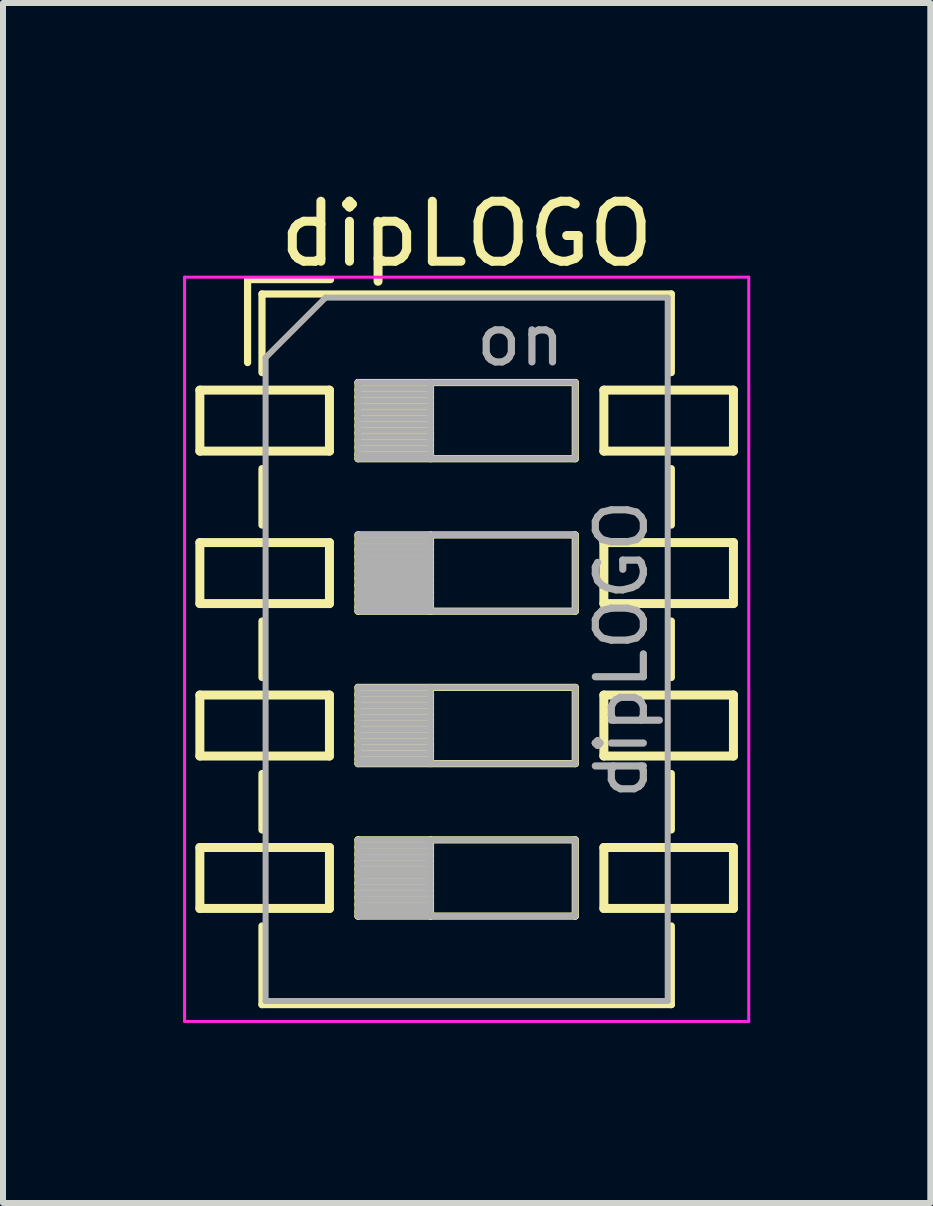
<source format=kicad_pcb>
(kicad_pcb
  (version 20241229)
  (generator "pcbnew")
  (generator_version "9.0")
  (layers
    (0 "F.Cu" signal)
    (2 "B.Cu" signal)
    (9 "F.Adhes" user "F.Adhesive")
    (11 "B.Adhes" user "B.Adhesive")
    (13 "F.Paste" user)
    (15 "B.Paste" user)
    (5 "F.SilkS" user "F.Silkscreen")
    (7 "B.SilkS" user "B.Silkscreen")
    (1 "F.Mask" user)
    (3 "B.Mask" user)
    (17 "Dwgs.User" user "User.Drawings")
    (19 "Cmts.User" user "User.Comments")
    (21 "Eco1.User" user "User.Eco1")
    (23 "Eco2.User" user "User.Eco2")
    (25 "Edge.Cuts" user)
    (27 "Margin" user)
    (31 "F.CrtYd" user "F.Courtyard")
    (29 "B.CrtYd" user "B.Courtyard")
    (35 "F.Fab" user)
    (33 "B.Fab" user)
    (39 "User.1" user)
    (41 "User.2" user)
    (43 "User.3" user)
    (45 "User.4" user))
  (footprint "dipLOGO"
    (layer "F.Cu")
    (at 4.725 7.768)
    (property "Reference" "dipLOGO" (at 0 -6.92 0) (layer "F.SilkS") (effects (font (size 1 1) (thickness 0.15))))
    (attr smd)
    (fp_line (start -4.445 -4.318) (end -2.286 -4.318) (stroke (width 0.15) (type solid)) (layer "F.SilkS"))
    (fp_line (start -4.445 -3.302) (end -4.445 -4.318) (stroke (width 0.15) (type solid)) (layer "F.SilkS"))
    (fp_line (start -4.445 -1.778) (end -2.286 -1.778) (stroke (width 0.15) (type solid)) (layer "F.SilkS"))
    (fp_line (start -4.445 -0.762) (end -4.445 -1.778) (stroke (width 0.15) (type solid)) (layer "F.SilkS"))
    (fp_line (start -4.445 0.762) (end -2.286 0.762) (stroke (width 0.15) (type solid)) (layer "F.SilkS"))
    (fp_line (start -4.445 1.778) (end -4.445 0.762) (stroke (width 0.15) (type solid)) (layer "F.SilkS"))
    (fp_line (start -4.445 3.302) (end -2.286 3.302) (stroke (width 0.15) (type solid)) (layer "F.SilkS"))
    (fp_line (start -4.445 4.318) (end -4.445 3.302) (stroke (width 0.15) (type solid)) (layer "F.SilkS"))
    (fp_line (start -3.65 -6.16) (end -3.65 -4.777) (stroke (width 0.12) (type solid)) (layer "F.SilkS"))
    (fp_line (start -3.65 -6.16) (end -2.267 -6.16) (stroke (width 0.12) (type solid)) (layer "F.SilkS"))
    (fp_line (start -3.41 -5.92) (end -3.41 -4.61) (stroke (width 0.12) (type solid)) (layer "F.SilkS"))
    (fp_line (start -3.41 -5.92) (end 3.41 -5.92) (stroke (width 0.12) (type solid)) (layer "F.SilkS"))
    (fp_line (start -3.41 -3.01) (end -3.41 -2.07) (stroke (width 0.12) (type solid)) (layer "F.SilkS"))
    (fp_line (start -3.41 -0.47) (end -3.41 0.47) (stroke (width 0.12) (type solid)) (layer "F.SilkS"))
    (fp_line (start -3.41 2.07) (end -3.41 3.01) (stroke (width 0.12) (type solid)) (layer "F.SilkS"))
    (fp_line (start -3.41 4.61) (end -3.41 5.92) (stroke (width 0.12) (type solid)) (layer "F.SilkS"))
    (fp_line (start -3.41 5.92) (end 3.41 5.92) (stroke (width 0.12) (type solid)) (layer "F.SilkS"))
    (fp_line (start -2.286 -4.318) (end -2.286 -3.302) (stroke (width 0.15) (type solid)) (layer "F.SilkS"))
    (fp_line (start -2.286 -3.302) (end -4.445 -3.302) (stroke (width 0.15) (type solid)) (layer "F.SilkS"))
    (fp_line (start -2.286 -1.778) (end -2.286 -0.762) (stroke (width 0.15) (type solid)) (layer "F.SilkS"))
    (fp_line (start -2.286 -0.762) (end -4.445 -0.762) (stroke (width 0.15) (type solid)) (layer "F.SilkS"))
    (fp_line (start -2.286 0.762) (end -2.286 1.778) (stroke (width 0.15) (type solid)) (layer "F.SilkS"))
    (fp_line (start -2.286 1.778) (end -4.445 1.778) (stroke (width 0.15) (type solid)) (layer "F.SilkS"))
    (fp_line (start -2.286 3.302) (end -2.286 4.318) (stroke (width 0.15) (type solid)) (layer "F.SilkS"))
    (fp_line (start -2.286 4.318) (end -4.445 4.318) (stroke (width 0.15) (type solid)) (layer "F.SilkS"))
    (fp_line (start -1.81 -4.445) (end -1.81 -3.175) (stroke (width 0.12) (type solid)) (layer "F.SilkS"))
    (fp_line (start -1.81 -4.325) (end -0.603 -4.325) (stroke (width 0.12) (type solid)) (layer "F.SilkS"))
    (fp_line (start -1.81 -4.205) (end -0.603 -4.205) (stroke (width 0.12) (type solid)) (layer "F.SilkS"))
    (fp_line (start -1.81 -4.085) (end -0.603 -4.085) (stroke (width 0.12) (type solid)) (layer "F.SilkS"))
    (fp_line (start -1.81 -3.965) (end -0.603 -3.965) (stroke (width 0.12) (type solid)) (layer "F.SilkS"))
    (fp_line (start -1.81 -3.845) (end -0.603 -3.845) (stroke (width 0.12) (type solid)) (layer "F.SilkS"))
    (fp_line (start -1.81 -3.725) (end -0.603 -3.725) (stroke (width 0.12) (type solid)) (layer "F.SilkS"))
    (fp_line (start -1.81 -3.605) (end -0.603 -3.605) (stroke (width 0.12) (type solid)) (layer "F.SilkS"))
    (fp_line (start -1.81 -3.485) (end -0.603 -3.485) (stroke (width 0.12) (type solid)) (layer "F.SilkS"))
    (fp_line (start -1.81 -3.365) (end -0.603 -3.365) (stroke (width 0.12) (type solid)) (layer "F.SilkS"))
    (fp_line (start -1.81 -3.245) (end -0.603 -3.245) (stroke (width 0.12) (type solid)) (layer "F.SilkS"))
    (fp_line (start -1.81 -3.175) (end 1.81 -3.175) (stroke (width 0.12) (type solid)) (layer "F.SilkS"))
    (fp_line (start -1.81 -1.905) (end -1.81 -0.635) (stroke (width 0.12) (type solid)) (layer "F.SilkS"))
    (fp_line (start -1.81 -1.785) (end -0.603 -1.785) (stroke (width 0.12) (type solid)) (layer "F.SilkS"))
    (fp_line (start -1.81 -1.665) (end -0.603 -1.665) (stroke (width 0.12) (type solid)) (layer "F.SilkS"))
    (fp_line (start -1.81 -1.545) (end -0.603 -1.545) (stroke (width 0.12) (type solid)) (layer "F.SilkS"))
    (fp_line (start -1.81 -1.425) (end -0.603 -1.425) (stroke (width 0.12) (type solid)) (layer "F.SilkS"))
    (fp_line (start -1.81 -1.305) (end -0.603 -1.305) (stroke (width 0.12) (type solid)) (layer "F.SilkS"))
    (fp_line (start -1.81 -1.185) (end -0.603 -1.185) (stroke (width 0.12) (type solid)) (layer "F.SilkS"))
    (fp_line (start -1.81 -1.065) (end -0.603 -1.065) (stroke (width 0.12) (type solid)) (layer "F.SilkS"))
    (fp_line (start -1.81 -0.945) (end -0.603 -0.945) (stroke (width 0.12) (type solid)) (layer "F.SilkS"))
    (fp_line (start -1.81 -0.825) (end -0.603 -0.825) (stroke (width 0.12) (type solid)) (layer "F.SilkS"))
    (fp_line (start -1.81 -0.705) (end -0.603 -0.705) (stroke (width 0.12) (type solid)) (layer "F.SilkS"))
    (fp_line (start -1.81 -0.635) (end 1.81 -0.635) (stroke (width 0.12) (type solid)) (layer "F.SilkS"))
    (fp_line (start -1.81 0.635) (end -1.81 1.905) (stroke (width 0.12) (type solid)) (layer "F.SilkS"))
    (fp_line (start -1.81 0.755) (end -0.603 0.755) (stroke (width 0.12) (type solid)) (layer "F.SilkS"))
    (fp_line (start -1.81 0.875) (end -0.603 0.875) (stroke (width 0.12) (type solid)) (layer "F.SilkS"))
    (fp_line (start -1.81 0.995) (end -0.603 0.995) (stroke (width 0.12) (type solid)) (layer "F.SilkS"))
    (fp_line (start -1.81 1.115) (end -0.603 1.115) (stroke (width 0.12) (type solid)) (layer "F.SilkS"))
    (fp_line (start -1.81 1.235) (end -0.603 1.235) (stroke (width 0.12) (type solid)) (layer "F.SilkS"))
    (fp_line (start -1.81 1.355) (end -0.603 1.355) (stroke (width 0.12) (type solid)) (layer "F.SilkS"))
    (fp_line (start -1.81 1.475) (end -0.603 1.475) (stroke (width 0.12) (type solid)) (layer "F.SilkS"))
    (fp_line (start -1.81 1.595) (end -0.603 1.595) (stroke (width 0.12) (type solid)) (layer "F.SilkS"))
    (fp_line (start -1.81 1.715) (end -0.603 1.715) (stroke (width 0.12) (type solid)) (layer "F.SilkS"))
    (fp_line (start -1.81 1.835) (end -0.603 1.835) (stroke (width 0.12) (type solid)) (layer "F.SilkS"))
    (fp_line (start -1.81 1.905) (end 1.81 1.905) (stroke (width 0.12) (type solid)) (layer "F.SilkS"))
    (fp_line (start -1.81 3.175) (end -1.81 4.445) (stroke (width 0.12) (type solid)) (layer "F.SilkS"))
    (fp_line (start -1.81 3.295) (end -0.603 3.295) (stroke (width 0.12) (type solid)) (layer "F.SilkS"))
    (fp_line (start -1.81 3.415) (end -0.603 3.415) (stroke (width 0.12) (type solid)) (layer "F.SilkS"))
    (fp_line (start -1.81 3.535) (end -0.603 3.535) (stroke (width 0.12) (type solid)) (layer "F.SilkS"))
    (fp_line (start -1.81 3.655) (end -0.603 3.655) (stroke (width 0.12) (type solid)) (layer "F.SilkS"))
    (fp_line (start -1.81 3.775) (end -0.603 3.775) (stroke (width 0.12) (type solid)) (layer "F.SilkS"))
    (fp_line (start -1.81 3.895) (end -0.603 3.895) (stroke (width 0.12) (type solid)) (layer "F.SilkS"))
    (fp_line (start -1.81 4.015) (end -0.603 4.015) (stroke (width 0.12) (type solid)) (layer "F.SilkS"))
    (fp_line (start -1.81 4.135) (end -0.603 4.135) (stroke (width 0.12) (type solid)) (layer "F.SilkS"))
    (fp_line (start -1.81 4.255) (end -0.603 4.255) (stroke (width 0.12) (type solid)) (layer "F.SilkS"))
    (fp_line (start -1.81 4.375) (end -0.603 4.375) (stroke (width 0.12) (type solid)) (layer "F.SilkS"))
    (fp_line (start -1.81 4.445) (end 1.81 4.445) (stroke (width 0.12) (type solid)) (layer "F.SilkS"))
    (fp_line (start -0.603 -4.445) (end -0.603 -3.175) (stroke (width 0.12) (type solid)) (layer "F.SilkS"))
    (fp_line (start -0.603 -1.905) (end -0.603 -0.635) (stroke (width 0.12) (type solid)) (layer "F.SilkS"))
    (fp_line (start -0.603 0.635) (end -0.603 1.905) (stroke (width 0.12) (type solid)) (layer "F.SilkS"))
    (fp_line (start -0.603 3.175) (end -0.603 4.445) (stroke (width 0.12) (type solid)) (layer "F.SilkS"))
    (fp_line (start 1.81 -4.445) (end -1.81 -4.445) (stroke (width 0.12) (type solid)) (layer "F.SilkS"))
    (fp_line (start 1.81 -3.175) (end 1.81 -4.445) (stroke (width 0.12) (type solid)) (layer "F.SilkS"))
    (fp_line (start 1.81 -1.905) (end -1.81 -1.905) (stroke (width 0.12) (type solid)) (layer "F.SilkS"))
    (fp_line (start 1.81 -0.635) (end 1.81 -1.905) (stroke (width 0.12) (type solid)) (layer "F.SilkS"))
    (fp_line (start 1.81 0.635) (end -1.81 0.635) (stroke (width 0.12) (type solid)) (layer "F.SilkS"))
    (fp_line (start 1.81 1.905) (end 1.81 0.635) (stroke (width 0.12) (type solid)) (layer "F.SilkS"))
    (fp_line (start 1.81 3.175) (end -1.81 3.175) (stroke (width 0.12) (type solid)) (layer "F.SilkS"))
    (fp_line (start 1.81 4.445) (end 1.81 3.175) (stroke (width 0.12) (type solid)) (layer "F.SilkS"))
    (fp_line (start 2.286 -4.318) (end 4.445 -4.318) (stroke (width 0.15) (type solid)) (layer "F.SilkS"))
    (fp_line (start 2.286 -3.302) (end 2.286 -4.318) (stroke (width 0.15) (type solid)) (layer "F.SilkS"))
    (fp_line (start 2.286 -1.778) (end 4.445 -1.778) (stroke (width 0.15) (type solid)) (layer "F.SilkS"))
    (fp_line (start 2.286 -0.762) (end 2.286 -1.778) (stroke (width 0.15) (type solid)) (layer "F.SilkS"))
    (fp_line (start 2.286 0.762) (end 4.445 0.762) (stroke (width 0.15) (type solid)) (layer "F.SilkS"))
    (fp_line (start 2.286 1.778) (end 2.286 0.762) (stroke (width 0.15) (type solid)) (layer "F.SilkS"))
    (fp_line (start 2.286 3.302) (end 4.445 3.302) (stroke (width 0.15) (type solid)) (layer "F.SilkS"))
    (fp_line (start 2.286 4.318) (end 2.286 3.302) (stroke (width 0.15) (type solid)) (layer "F.SilkS"))
    (fp_line (start 3.41 -5.92) (end 3.41 -4.61) (stroke (width 0.12) (type solid)) (layer "F.SilkS"))
    (fp_line (start 3.41 -3.01) (end 3.41 -2.07) (stroke (width 0.12) (type solid)) (layer "F.SilkS"))
    (fp_line (start 3.41 -0.47) (end 3.41 0.47) (stroke (width 0.12) (type solid)) (layer "F.SilkS"))
    (fp_line (start 3.41 2.07) (end 3.41 3.01) (stroke (width 0.12) (type solid)) (layer "F.SilkS"))
    (fp_line (start 3.41 4.61) (end 3.41 5.92) (stroke (width 0.12) (type solid)) (layer "F.SilkS"))
    (fp_line (start 4.445 -4.318) (end 4.445 -3.302) (stroke (width 0.15) (type solid)) (layer "F.SilkS"))
    (fp_line (start 4.445 -3.302) (end 2.286 -3.302) (stroke (width 0.15) (type solid)) (layer "F.SilkS"))
    (fp_line (start 4.445 -1.778) (end 4.445 -0.762) (stroke (width 0.15) (type solid)) (layer "F.SilkS"))
    (fp_line (start 4.445 -0.762) (end 2.286 -0.762) (stroke (width 0.15) (type solid)) (layer "F.SilkS"))
    (fp_line (start 4.445 0.762) (end 4.445 1.778) (stroke (width 0.15) (type solid)) (layer "F.SilkS"))
    (fp_line (start 4.445 1.778) (end 2.286 1.778) (stroke (width 0.15) (type solid)) (layer "F.SilkS"))
    (fp_line (start 4.445 3.302) (end 4.445 4.318) (stroke (width 0.15) (type solid)) (layer "F.SilkS"))
    (fp_line (start 4.445 4.318) (end 2.286 4.318) (stroke (width 0.15) (type solid)) (layer "F.SilkS"))
    (fp_line (start -4.7 -6.2) (end -4.7 6.2) (stroke (width 0.05) (type solid)) (layer "F.CrtYd"))
    (fp_line (start -4.7 6.2) (end 4.7 6.2) (stroke (width 0.05) (type solid)) (layer "F.CrtYd"))
    (fp_line (start 4.7 -6.2) (end -4.7 -6.2) (stroke (width 0.05) (type solid)) (layer "F.CrtYd"))
    (fp_line (start 4.7 6.2) (end 4.7 -6.2) (stroke (width 0.05) (type solid)) (layer "F.CrtYd"))
    (fp_line (start -3.35 -4.86) (end -2.35 -5.86) (stroke (width 0.1) (type solid)) (layer "F.Fab"))
    (fp_line (start -3.35 5.86) (end -3.35 -4.86) (stroke (width 0.1) (type solid)) (layer "F.Fab"))
    (fp_line (start -2.35 -5.86) (end 3.35 -5.86) (stroke (width 0.1) (type solid)) (layer "F.Fab"))
    (fp_line (start -1.81 -4.445) (end -1.81 -3.175) (stroke (width 0.1) (type solid)) (layer "F.Fab"))
    (fp_line (start -1.81 -4.345) (end -0.603 -4.345) (stroke (width 0.1) (type solid)) (layer "F.Fab"))
    (fp_line (start -1.81 -4.245) (end -0.603 -4.245) (stroke (width 0.1) (type solid)) (layer "F.Fab"))
    (fp_line (start -1.81 -4.145) (end -0.603 -4.145) (stroke (width 0.1) (type solid)) (layer "F.Fab"))
    (fp_line (start -1.81 -4.045) (end -0.603 -4.045) (stroke (width 0.1) (type solid)) (layer "F.Fab"))
    (fp_line (start -1.81 -3.945) (end -0.603 -3.945) (stroke (width 0.1) (type solid)) (layer "F.Fab"))
    (fp_line (start -1.81 -3.845) (end -0.603 -3.845) (stroke (width 0.1) (type solid)) (layer "F.Fab"))
    (fp_line (start -1.81 -3.745) (end -0.603 -3.745) (stroke (width 0.1) (type solid)) (layer "F.Fab"))
    (fp_line (start -1.81 -3.645) (end -0.603 -3.645) (stroke (width 0.1) (type solid)) (layer "F.Fab"))
    (fp_line (start -1.81 -3.545) (end -0.603 -3.545) (stroke (width 0.1) (type solid)) (layer "F.Fab"))
    (fp_line (start -1.81 -3.445) (end -0.603 -3.445) (stroke (width 0.1) (type solid)) (layer "F.Fab"))
    (fp_line (start -1.81 -3.345) (end -0.603 -3.345) (stroke (width 0.1) (type solid)) (layer "F.Fab"))
    (fp_line (start -1.81 -3.245) (end -0.603 -3.245) (stroke (width 0.1) (type solid)) (layer "F.Fab"))
    (fp_line (start -1.81 -3.175) (end 1.81 -3.175) (stroke (width 0.1) (type solid)) (layer "F.Fab"))
    (fp_line (start -1.81 -1.905) (end -1.81 -0.635) (stroke (width 0.1) (type solid)) (layer "F.Fab"))
    (fp_line (start -1.81 -1.805) (end -0.603 -1.805) (stroke (width 0.1) (type solid)) (layer "F.Fab"))
    (fp_line (start -1.81 -1.705) (end -0.603 -1.705) (stroke (width 0.1) (type solid)) (layer "F.Fab"))
    (fp_line (start -1.81 -1.605) (end -0.603 -1.605) (stroke (width 0.1) (type solid)) (layer "F.Fab"))
    (fp_line (start -1.81 -1.505) (end -0.603 -1.505) (stroke (width 0.1) (type solid)) (layer "F.Fab"))
    (fp_line (start -1.81 -1.405) (end -0.603 -1.405) (stroke (width 0.1) (type solid)) (layer "F.Fab"))
    (fp_line (start -1.81 -1.305) (end -0.603 -1.305) (stroke (width 0.1) (type solid)) (layer "F.Fab"))
    (fp_line (start -1.81 -1.205) (end -0.603 -1.205) (stroke (width 0.1) (type solid)) (layer "F.Fab"))
    (fp_line (start -1.81 -1.105) (end -0.603 -1.105) (stroke (width 0.1) (type solid)) (layer "F.Fab"))
    (fp_line (start -1.81 -1.005) (end -0.603 -1.005) (stroke (width 0.1) (type solid)) (layer "F.Fab"))
    (fp_line (start -1.81 -0.905) (end -0.603 -0.905) (stroke (width 0.1) (type solid)) (layer "F.Fab"))
    (fp_line (start -1.81 -0.805) (end -0.603 -0.805) (stroke (width 0.1) (type solid)) (layer "F.Fab"))
    (fp_line (start -1.81 -0.705) (end -0.603 -0.705) (stroke (width 0.1) (type solid)) (layer "F.Fab"))
    (fp_line (start -1.81 -0.635) (end 1.81 -0.635) (stroke (width 0.1) (type solid)) (layer "F.Fab"))
    (fp_line (start -1.81 0.635) (end -1.81 1.905) (stroke (width 0.1) (type solid)) (layer "F.Fab"))
    (fp_line (start -1.81 0.735) (end -0.603 0.735) (stroke (width 0.1) (type solid)) (layer "F.Fab"))
    (fp_line (start -1.81 0.835) (end -0.603 0.835) (stroke (width 0.1) (type solid)) (layer "F.Fab"))
    (fp_line (start -1.81 0.935) (end -0.603 0.935) (stroke (width 0.1) (type solid)) (layer "F.Fab"))
    (fp_line (start -1.81 1.035) (end -0.603 1.035) (stroke (width 0.1) (type solid)) (layer "F.Fab"))
    (fp_line (start -1.81 1.135) (end -0.603 1.135) (stroke (width 0.1) (type solid)) (layer "F.Fab"))
    (fp_line (start -1.81 1.235) (end -0.603 1.235) (stroke (width 0.1) (type solid)) (layer "F.Fab"))
    (fp_line (start -1.81 1.335) (end -0.603 1.335) (stroke (width 0.1) (type solid)) (layer "F.Fab"))
    (fp_line (start -1.81 1.435) (end -0.603 1.435) (stroke (width 0.1) (type solid)) (layer "F.Fab"))
    (fp_line (start -1.81 1.535) (end -0.603 1.535) (stroke (width 0.1) (type solid)) (layer "F.Fab"))
    (fp_line (start -1.81 1.635) (end -0.603 1.635) (stroke (width 0.1) (type solid)) (layer "F.Fab"))
    (fp_line (start -1.81 1.735) (end -0.603 1.735) (stroke (width 0.1) (type solid)) (layer "F.Fab"))
    (fp_line (start -1.81 1.835) (end -0.603 1.835) (stroke (width 0.1) (type solid)) (layer "F.Fab"))
    (fp_line (start -1.81 1.905) (end 1.81 1.905) (stroke (width 0.1) (type solid)) (layer "F.Fab"))
    (fp_line (start -1.81 3.175) (end -1.81 4.445) (stroke (width 0.1) (type solid)) (layer "F.Fab"))
    (fp_line (start -1.81 3.275) (end -0.603 3.275) (stroke (width 0.1) (type solid)) (layer "F.Fab"))
    (fp_line (start -1.81 3.375) (end -0.603 3.375) (stroke (width 0.1) (type solid)) (layer "F.Fab"))
    (fp_line (start -1.81 3.475) (end -0.603 3.475) (stroke (width 0.1) (type solid)) (layer "F.Fab"))
    (fp_line (start -1.81 3.575) (end -0.603 3.575) (stroke (width 0.1) (type solid)) (layer "F.Fab"))
    (fp_line (start -1.81 3.675) (end -0.603 3.675) (stroke (width 0.1) (type solid)) (layer "F.Fab"))
    (fp_line (start -1.81 3.775) (end -0.603 3.775) (stroke (width 0.1) (type solid)) (layer "F.Fab"))
    (fp_line (start -1.81 3.875) (end -0.603 3.875) (stroke (width 0.1) (type solid)) (layer "F.Fab"))
    (fp_line (start -1.81 3.975) (end -0.603 3.975) (stroke (width 0.1) (type solid)) (layer "F.Fab"))
    (fp_line (start -1.81 4.075) (end -0.603 4.075) (stroke (width 0.1) (type solid)) (layer "F.Fab"))
    (fp_line (start -1.81 4.175) (end -0.603 4.175) (stroke (width 0.1) (type solid)) (layer "F.Fab"))
    (fp_line (start -1.81 4.275) (end -0.603 4.275) (stroke (width 0.1) (type solid)) (layer "F.Fab"))
    (fp_line (start -1.81 4.375) (end -0.603 4.375) (stroke (width 0.1) (type solid)) (layer "F.Fab"))
    (fp_line (start -1.81 4.445) (end 1.81 4.445) (stroke (width 0.1) (type solid)) (layer "F.Fab"))
    (fp_line (start -0.603 -4.445) (end -0.603 -3.175) (stroke (width 0.1) (type solid)) (layer "F.Fab"))
    (fp_line (start -0.603 -1.905) (end -0.603 -0.635) (stroke (width 0.1) (type solid)) (layer "F.Fab"))
    (fp_line (start -0.603 0.635) (end -0.603 1.905) (stroke (width 0.1) (type solid)) (layer "F.Fab"))
    (fp_line (start -0.603 3.175) (end -0.603 4.445) (stroke (width 0.1) (type solid)) (layer "F.Fab"))
    (fp_line (start 1.81 -4.445) (end -1.81 -4.445) (stroke (width 0.1) (type solid)) (layer "F.Fab"))
    (fp_line (start 1.81 -3.175) (end 1.81 -4.445) (stroke (width 0.1) (type solid)) (layer "F.Fab"))
    (fp_line (start 1.81 -1.905) (end -1.81 -1.905) (stroke (width 0.1) (type solid)) (layer "F.Fab"))
    (fp_line (start 1.81 -0.635) (end 1.81 -1.905) (stroke (width 0.1) (type solid)) (layer "F.Fab"))
    (fp_line (start 1.81 0.635) (end -1.81 0.635) (stroke (width 0.1) (type solid)) (layer "F.Fab"))
    (fp_line (start 1.81 1.905) (end 1.81 0.635) (stroke (width 0.1) (type solid)) (layer "F.Fab"))
    (fp_line (start 1.81 3.175) (end -1.81 3.175) (stroke (width 0.1) (type solid)) (layer "F.Fab"))
    (fp_line (start 1.81 4.445) (end 1.81 3.175) (stroke (width 0.1) (type solid)) (layer "F.Fab"))
    (fp_line (start 3.35 -5.86) (end 3.35 5.86) (stroke (width 0.1) (type solid)) (layer "F.Fab"))
    (fp_line (start 3.35 5.86) (end -3.35 5.86) (stroke (width 0.1) (type solid)) (layer "F.Fab"))
    (fp_text user "${REFERENCE}" (at 2.58 0 90) (layer "F.Fab") (effects (font (size 0.8 0.8) (thickness 0.12))))
    (fp_text user "on" (at 0.897 -5.152 0) (layer "F.Fab") (effects (font (size 0.8 0.8) (thickness 0.12)))))
  (gr_rect
    (start -3 -3)
    (end 12.45 16.993)
    (stroke (width 0.1) (type default))
    (fill no)
    (layer "Edge.Cuts")))
</source>
